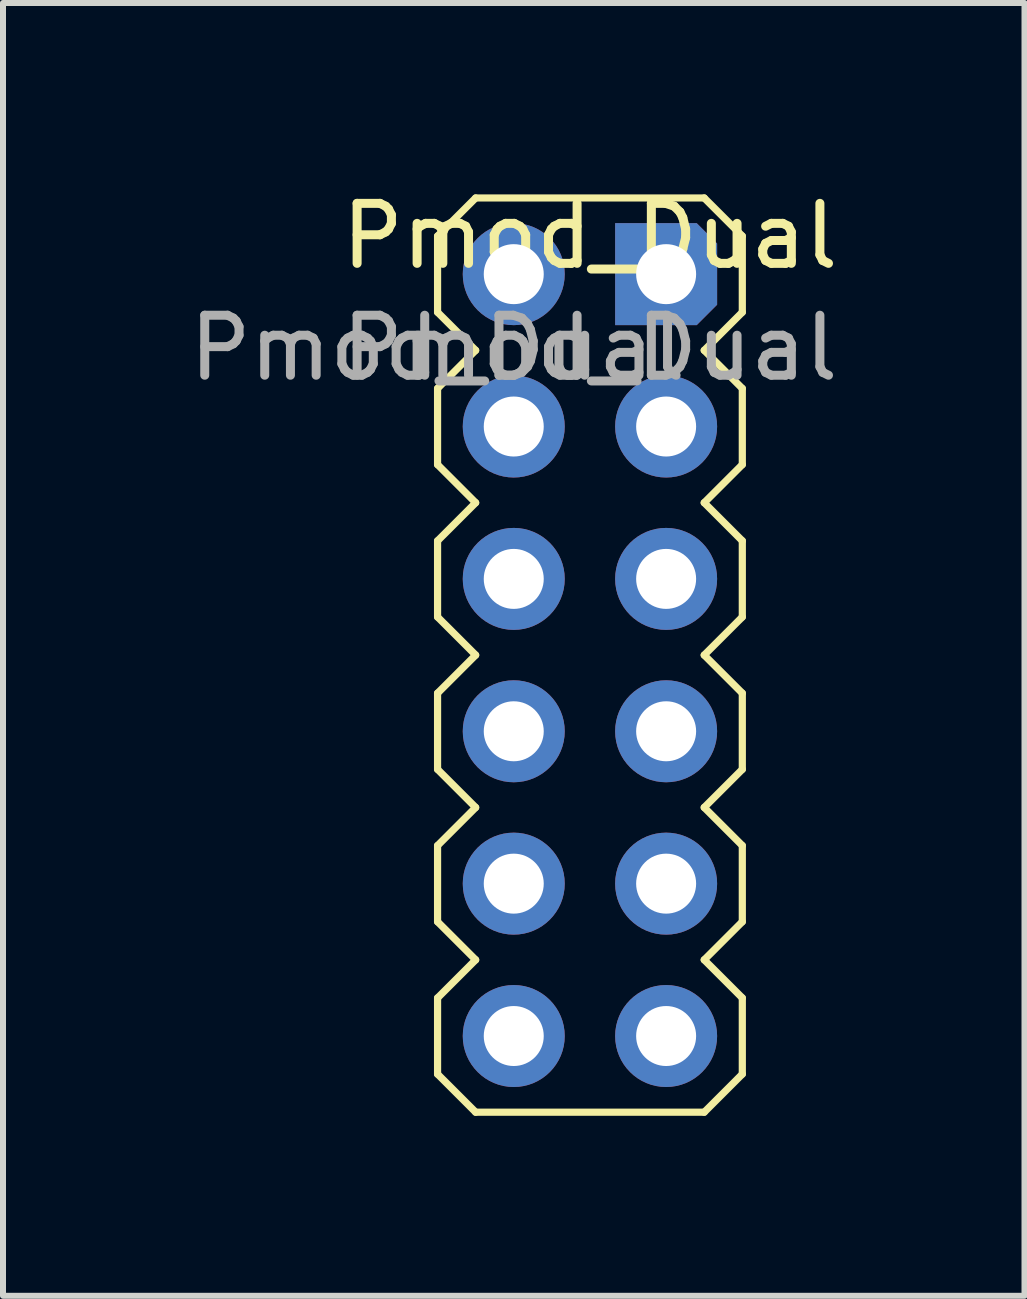
<source format=kicad_pcb>
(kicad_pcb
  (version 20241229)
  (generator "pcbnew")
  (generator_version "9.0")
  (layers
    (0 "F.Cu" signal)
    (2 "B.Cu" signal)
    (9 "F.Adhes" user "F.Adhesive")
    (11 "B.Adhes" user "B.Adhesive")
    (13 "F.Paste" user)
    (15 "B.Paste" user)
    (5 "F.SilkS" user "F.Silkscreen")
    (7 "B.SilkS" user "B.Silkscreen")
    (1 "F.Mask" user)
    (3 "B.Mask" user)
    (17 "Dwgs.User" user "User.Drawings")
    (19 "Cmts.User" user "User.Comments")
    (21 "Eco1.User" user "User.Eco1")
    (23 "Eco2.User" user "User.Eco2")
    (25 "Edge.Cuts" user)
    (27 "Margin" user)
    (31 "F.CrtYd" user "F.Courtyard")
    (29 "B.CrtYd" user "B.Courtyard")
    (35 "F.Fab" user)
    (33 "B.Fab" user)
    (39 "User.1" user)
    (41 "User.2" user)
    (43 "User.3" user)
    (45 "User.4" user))
  (footprint "Pmod_Dual"
    (layer "F.Cu")
    (at 6.784 0.25)
    (property "Reference" "Pmod_Dual" (at 0 0.635 0) (unlocked yes) (layer "F.SilkS") (effects (font (size 1 1) (thickness 0.15))))
    (attr through_hole)
    (fp_line (start -2.54 0.635) (end -1.905 0) (stroke (width 0.12) (type solid)) (layer "F.SilkS"))
    (fp_line (start -2.54 1.905) (end -2.54 0.635) (stroke (width 0.12) (type solid)) (layer "F.SilkS"))
    (fp_line (start -2.54 3.175) (end -1.905 2.54) (stroke (width 0.12) (type solid)) (layer "F.SilkS"))
    (fp_line (start -2.54 4.445) (end -2.54 3.175) (stroke (width 0.12) (type solid)) (layer "F.SilkS"))
    (fp_line (start -2.54 5.715) (end -1.905 5.08) (stroke (width 0.12) (type solid)) (layer "F.SilkS"))
    (fp_line (start -2.54 6.985) (end -2.54 5.715) (stroke (width 0.12) (type solid)) (layer "F.SilkS"))
    (fp_line (start -2.54 8.255) (end -1.905 7.62) (stroke (width 0.12) (type solid)) (layer "F.SilkS"))
    (fp_line (start -2.54 9.525) (end -2.54 8.255) (stroke (width 0.12) (type solid)) (layer "F.SilkS"))
    (fp_line (start -2.54 10.795) (end -1.905 10.16) (stroke (width 0.12) (type solid)) (layer "F.SilkS"))
    (fp_line (start -2.54 12.065) (end -2.54 10.795) (stroke (width 0.12) (type solid)) (layer "F.SilkS"))
    (fp_line (start -2.54 13.335) (end -1.905 12.7) (stroke (width 0.12) (type solid)) (layer "F.SilkS"))
    (fp_line (start -2.54 14.605) (end -2.54 13.335) (stroke (width 0.12) (type solid)) (layer "F.SilkS"))
    (fp_line (start -1.905 0) (end 1.905 0) (stroke (width 0.12) (type solid)) (layer "F.SilkS"))
    (fp_line (start -1.905 2.54) (end -2.54 1.905) (stroke (width 0.12) (type solid)) (layer "F.SilkS"))
    (fp_line (start -1.905 5.08) (end -2.54 4.445) (stroke (width 0.12) (type solid)) (layer "F.SilkS"))
    (fp_line (start -1.905 7.62) (end -2.54 6.985) (stroke (width 0.12) (type solid)) (layer "F.SilkS"))
    (fp_line (start -1.905 10.16) (end -2.54 9.525) (stroke (width 0.12) (type solid)) (layer "F.SilkS"))
    (fp_line (start -1.905 12.7) (end -2.54 12.065) (stroke (width 0.12) (type solid)) (layer "F.SilkS"))
    (fp_line (start -1.905 15.24) (end -2.54 14.605) (stroke (width 0.12) (type solid)) (layer "F.SilkS"))
    (fp_line (start 1.905 0) (end 2.54 0.635) (stroke (width 0.12) (type solid)) (layer "F.SilkS"))
    (fp_line (start 1.905 2.54) (end 2.54 3.175) (stroke (width 0.12) (type solid)) (layer "F.SilkS"))
    (fp_line (start 1.905 5.08) (end 2.54 5.715) (stroke (width 0.12) (type solid)) (layer "F.SilkS"))
    (fp_line (start 1.905 7.62) (end 2.54 8.255) (stroke (width 0.12) (type solid)) (layer "F.SilkS"))
    (fp_line (start 1.905 10.16) (end 2.54 10.795) (stroke (width 0.12) (type solid)) (layer "F.SilkS"))
    (fp_line (start 1.905 12.7) (end 2.54 13.335) (stroke (width 0.12) (type solid)) (layer "F.SilkS"))
    (fp_line (start 1.905 15.24) (end -1.905 15.24) (stroke (width 0.12) (type solid)) (layer "F.SilkS"))
    (fp_line (start 2.54 0.635) (end 2.54 1.905) (stroke (width 0.12) (type solid)) (layer "F.SilkS"))
    (fp_line (start 2.54 1.905) (end 1.905 2.54) (stroke (width 0.12) (type solid)) (layer "F.SilkS"))
    (fp_line (start 2.54 3.175) (end 2.54 4.445) (stroke (width 0.12) (type solid)) (layer "F.SilkS"))
    (fp_line (start 2.54 4.445) (end 1.905 5.08) (stroke (width 0.12) (type solid)) (layer "F.SilkS"))
    (fp_line (start 2.54 5.715) (end 2.54 6.985) (stroke (width 0.12) (type solid)) (layer "F.SilkS"))
    (fp_line (start 2.54 6.985) (end 1.905 7.62) (stroke (width 0.12) (type solid)) (layer "F.SilkS"))
    (fp_line (start 2.54 8.255) (end 2.54 9.525) (stroke (width 0.12) (type solid)) (layer "F.SilkS"))
    (fp_line (start 2.54 9.525) (end 1.905 10.16) (stroke (width 0.12) (type solid)) (layer "F.SilkS"))
    (fp_line (start 2.54 10.795) (end 2.54 12.065) (stroke (width 0.12) (type solid)) (layer "F.SilkS"))
    (fp_line (start 2.54 12.065) (end 1.905 12.7) (stroke (width 0.12) (type solid)) (layer "F.SilkS"))
    (fp_line (start 2.54 13.335) (end 2.54 14.605) (stroke (width 0.12) (type solid)) (layer "F.SilkS"))
    (fp_line (start 2.54 14.605) (end 1.905 15.24) (stroke (width 0.12) (type solid)) (layer "F.SilkS"))
    (fp_text user "${REFERENCE}" (at -2.54 2.5 0) (unlocked yes) (layer "F.Fab") (effects (font (size 1 1) (thickness 0.15))))
    (fp_text user "${REFERENCE}" (at 0 2.5 0) (unlocked yes) (layer "F.Fab") (effects (font (size 1 1) (thickness 0.15))))
    (pad "1" thru_hole roundrect (at 1.27 1.27) (size 1.7 1.7) (drill 1) (layers "*.Cu" "*.Mask") (roundrect_rratio 0) (chamfer_ratio 0.2) (chamfer top_right bottom_right))
    (pad "2" thru_hole circle (at 1.27 3.81) (size 1.7 1.7) (drill 1) (layers "*.Cu" "*.Mask"))
    (pad "3" thru_hole circle (at 1.27 6.35) (size 1.7 1.7) (drill 1) (layers "*.Cu" "*.Mask"))
    (pad "4" thru_hole circle (at 1.27 8.89) (size 1.7 1.7) (drill 1) (layers "*.Cu" "*.Mask"))
    (pad "5" thru_hole circle (at 1.27 11.43) (size 1.7 1.7) (drill 1) (layers "*.Cu" "*.Mask"))
    (pad "6" thru_hole circle (at 1.27 13.97) (size 1.7 1.7) (drill 1) (layers "*.Cu" "*.Mask"))
    (pad "7" thru_hole circle (at -1.27 1.27) (size 1.7 1.7) (drill 1) (layers "*.Cu" "*.Mask"))
    (pad "8" thru_hole circle (at -1.27 3.81) (size 1.7 1.7) (drill 1) (layers "*.Cu" "*.Mask"))
    (pad "9" thru_hole circle (at -1.27 6.35) (size 1.7 1.7) (drill 1) (layers "*.Cu" "*.Mask"))
    (pad "10" thru_hole circle (at -1.27 8.89) (size 1.7 1.7) (drill 1) (layers "*.Cu" "*.Mask"))
    (pad "11" thru_hole circle (at -1.27 11.43) (size 1.7 1.7) (drill 1) (layers "*.Cu" "*.Mask"))
    (pad "12" thru_hole circle (at -1.27 13.97) (size 1.7 1.7) (drill 1) (layers "*.Cu" "*.Mask")))
  (gr_rect
    (start -3 -3)
    (end 14.028 18.55)
    (stroke (width 0.1) (type default))
    (fill no)
    (layer "Edge.Cuts")))
</source>
